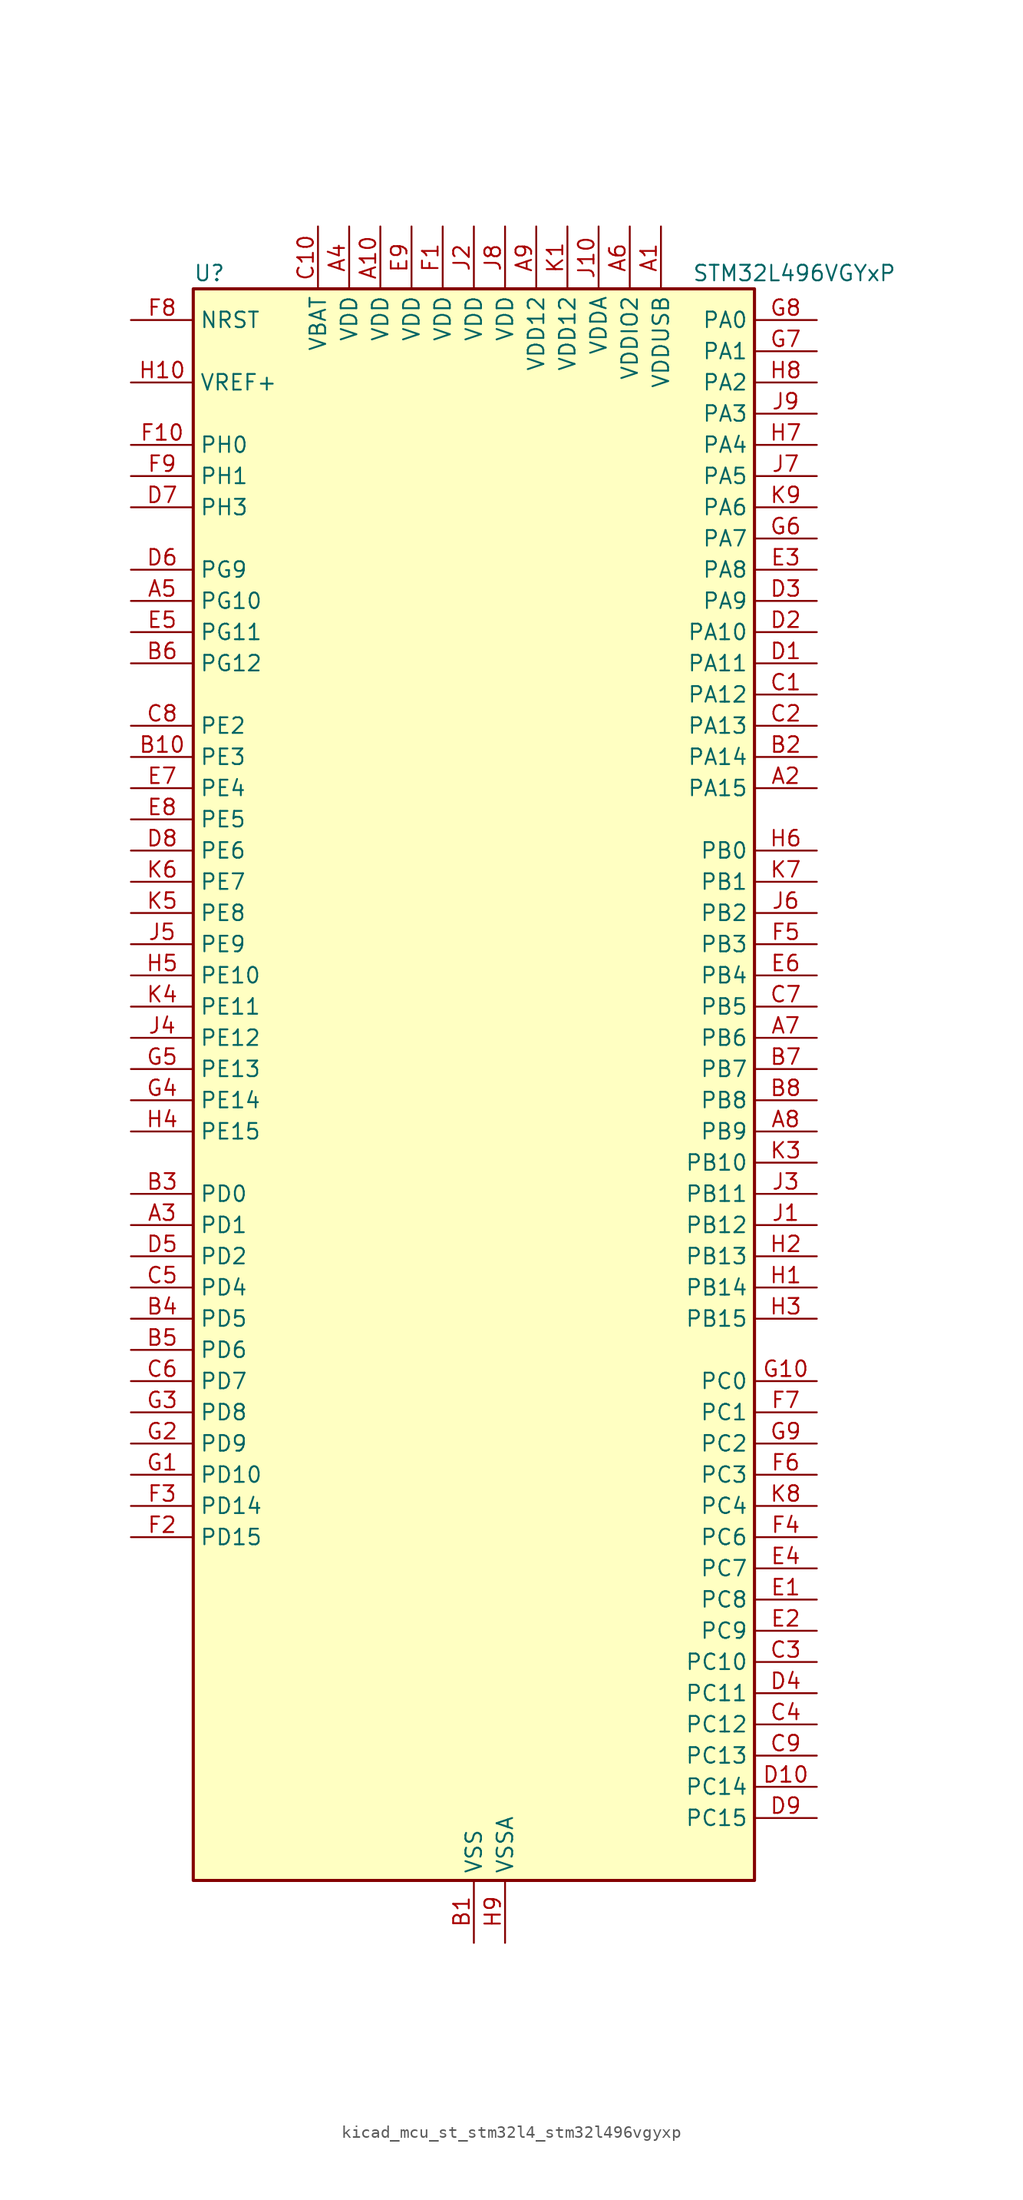
<source format=kicad_sym>
(kicad_symbol_lib
  (version 20220914)
  (generator kicad_symbol_editor)
  (symbol "kicad_mcu_st_stm32l4_stm32l496vgyxp"
    (property "Reference" "U"
      (at -22.86 67.31 0)
      (effects (font (size 1.27 1.27)) (justify left)))
    (property "Value" "STM32L496VGYxP"
      (at 17.78 67.31 0)
      (effects (font (size 1.27 1.27)) (justify left)))
    (property "ki_locked" ""
      (at 0 0 0)
      (effects (font (size 1.27 1.27))))
    (symbol "kicad_mcu_st_stm32l4_stm32l496vgyxp_0_1"
      (rectangle (start -22.86 -63.5) (end 22.86 66.04) (stroke (width 0.254) (type default)) (fill (type background))))
    (symbol "kicad_mcu_st_stm32l4_stm32l496vgyxp_1_1"
      (pin power_in line (at 15.24 71.12 270) (length 5.08) (name "VDDUSB" (effects (font (size 1.27 1.27)))) (number "A1" (effects (font (size 1.27 1.27)))))
      (pin power_in line (at -7.62 71.12 270) (length 5.08) (name "VDD" (effects (font (size 1.27 1.27)))) (number "A10" (effects (font (size 1.27 1.27)))))
      (pin bidirectional line (at 27.94 25.4 180) (length 5.08) (name "PA15" (effects (font (size 1.27 1.27)))) (number "A2" (effects (font (size 1.27 1.27)))) (alternate "ADC1_EXTI15" bidirectional line) (alternate "ADC2_EXTI15" bidirectional line) (alternate "ADC3_EXTI15" bidirectional line) (alternate "LCD_SEG17" bidirectional line) (alternate "SAI2_FS_B" bidirectional line) (alternate "SPI1_NSS" bidirectional line) (alternate "SPI3_NSS" bidirectional line) (alternate "SWPMI1_SUSPEND" bidirectional line) (alternate "SYS_JTDI" bidirectional line) (alternate "TIM2_CH1" bidirectional line) (alternate "TIM2_ETR" bidirectional line) (alternate "TSC_G3_IO1" bidirectional line) (alternate "UART4_DE" bidirectional line) (alternate "UART4_RTS" bidirectional line) (alternate "USART2_RX" bidirectional line) (alternate "USART3_DE" bidirectional line) (alternate "USART3_RTS" bidirectional line))
      (pin bidirectional line (at -27.94 -10.16 0) (length 5.08) (name "PD1" (effects (font (size 1.27 1.27)))) (number "A3" (effects (font (size 1.27 1.27)))) (alternate "CAN1_TX" bidirectional line) (alternate "DFSDM1_CKIN7" bidirectional line) (alternate "FMC_D3" bidirectional line) (alternate "FMC_DA3" bidirectional line) (alternate "SPI2_SCK" bidirectional line))
      (pin power_in line (at -10.16 71.12 270) (length 5.08) (name "VDD" (effects (font (size 1.27 1.27)))) (number "A4" (effects (font (size 1.27 1.27)))))
      (pin bidirectional line (at -27.94 40.64 0) (length 5.08) (name "PG10" (effects (font (size 1.27 1.27)))) (number "A5" (effects (font (size 1.27 1.27)))) (alternate "LPTIM1_IN1" bidirectional line) (alternate "SAI2_FS_A" bidirectional line) (alternate "SPI3_MISO" bidirectional line) (alternate "TIM15_CH1" bidirectional line) (alternate "USART1_RX" bidirectional line))
      (pin power_in line (at 12.7 71.12 270) (length 5.08) (name "VDDIO2" (effects (font (size 1.27 1.27)))) (number "A6" (effects (font (size 1.27 1.27)))))
      (pin bidirectional line (at 27.94 5.08 180) (length 5.08) (name "PB6" (effects (font (size 1.27 1.27)))) (number "A7" (effects (font (size 1.27 1.27)))) (alternate "CAN2_TX" bidirectional line) (alternate "COMP2_INP" bidirectional line) (alternate "DCMI_D5" bidirectional line) (alternate "DFSDM1_DATIN5" bidirectional line) (alternate "I2C1_SCL" bidirectional line) (alternate "I2C4_SCL" bidirectional line) (alternate "LPTIM1_ETR" bidirectional line) (alternate "SAI1_FS_B" bidirectional line) (alternate "TIM16_CH1N" bidirectional line) (alternate "TIM4_CH1" bidirectional line) (alternate "TIM8_BKIN2" bidirectional line) (alternate "TIM8_BKIN2_COMP2" bidirectional line) (alternate "TSC_G2_IO3" bidirectional line) (alternate "USART1_TX" bidirectional line))
      (pin bidirectional line (at 27.94 -2.54 180) (length 5.08) (name "PB9" (effects (font (size 1.27 1.27)))) (number "A8" (effects (font (size 1.27 1.27)))) (alternate "CAN1_TX" bidirectional line) (alternate "DAC1_EXTI9" bidirectional line) (alternate "DCMI_D7" bidirectional line) (alternate "DFSDM1_CKIN6" bidirectional line) (alternate "I2C1_SDA" bidirectional line) (alternate "IR_OUT" bidirectional line) (alternate "LCD_COM3" bidirectional line) (alternate "SAI1_FS_A" bidirectional line) (alternate "SDMMC1_D5" bidirectional line) (alternate "SPI2_NSS" bidirectional line) (alternate "TIM17_CH1" bidirectional line) (alternate "TIM4_CH4" bidirectional line))
      (pin power_in line (at 5.08 71.12 270) (length 5.08) (name "VDD12" (effects (font (size 1.27 1.27)))) (number "A9" (effects (font (size 1.27 1.27)))))
      (pin power_in line (at 0 -68.58 90) (length 5.08) (name "VSS" (effects (font (size 1.27 1.27)))) (number "B1" (effects (font (size 1.27 1.27)))))
      (pin bidirectional line (at -27.94 27.94 0) (length 5.08) (name "PE3" (effects (font (size 1.27 1.27)))) (number "B10" (effects (font (size 1.27 1.27)))) (alternate "FMC_A19" bidirectional line) (alternate "LCD_SEG39" bidirectional line) (alternate "SAI1_SD_B" bidirectional line) (alternate "SYS_TRACED0" bidirectional line) (alternate "TIM3_CH1" bidirectional line) (alternate "TSC_G7_IO2" bidirectional line))
      (pin bidirectional line (at 27.94 27.94 180) (length 5.08) (name "PA14" (effects (font (size 1.27 1.27)))) (number "B2" (effects (font (size 1.27 1.27)))) (alternate "I2C1_SMBA" bidirectional line) (alternate "I2C4_SMBA" bidirectional line) (alternate "LPTIM1_OUT" bidirectional line) (alternate "SAI1_FS_B" bidirectional line) (alternate "SWPMI1_RX" bidirectional line) (alternate "SYS_JTCK-SWCLK" bidirectional line) (alternate "USB_OTG_FS_SOF" bidirectional line))
      (pin bidirectional line (at -27.94 -7.62 0) (length 5.08) (name "PD0" (effects (font (size 1.27 1.27)))) (number "B3" (effects (font (size 1.27 1.27)))) (alternate "CAN1_RX" bidirectional line) (alternate "DFSDM1_DATIN7" bidirectional line) (alternate "FMC_D2" bidirectional line) (alternate "FMC_DA2" bidirectional line) (alternate "SPI2_NSS" bidirectional line))
      (pin bidirectional line (at -27.94 -17.78 0) (length 5.08) (name "PD5" (effects (font (size 1.27 1.27)))) (number "B4" (effects (font (size 1.27 1.27)))) (alternate "FMC_NWE" bidirectional line) (alternate "QUADSPI_BK2_IO1" bidirectional line) (alternate "USART2_TX" bidirectional line))
      (pin bidirectional line (at -27.94 -20.32 0) (length 5.08) (name "PD6" (effects (font (size 1.27 1.27)))) (number "B5" (effects (font (size 1.27 1.27)))) (alternate "DCMI_D10" bidirectional line) (alternate "DFSDM1_DATIN1" bidirectional line) (alternate "FMC_NWAIT" bidirectional line) (alternate "QUADSPI_BK2_IO1" bidirectional line) (alternate "QUADSPI_BK2_IO2" bidirectional line) (alternate "SAI1_SD_A" bidirectional line) (alternate "USART2_RX" bidirectional line))
      (pin bidirectional line (at -27.94 35.56 0) (length 5.08) (name "PG12" (effects (font (size 1.27 1.27)))) (number "B6" (effects (font (size 1.27 1.27)))) (alternate "LPTIM1_ETR" bidirectional line) (alternate "SAI2_SD_A" bidirectional line) (alternate "SPI3_NSS" bidirectional line) (alternate "USART1_DE" bidirectional line) (alternate "USART1_RTS" bidirectional line))
      (pin bidirectional line (at 27.94 2.54 180) (length 5.08) (name "PB7" (effects (font (size 1.27 1.27)))) (number "B7" (effects (font (size 1.27 1.27)))) (alternate "COMP2_INM" bidirectional line) (alternate "DCMI_VSYNC" bidirectional line) (alternate "DFSDM1_CKIN5" bidirectional line) (alternate "FMC_NL" bidirectional line) (alternate "I2C1_SDA" bidirectional line) (alternate "I2C4_SDA" bidirectional line) (alternate "LCD_SEG21" bidirectional line) (alternate "LPTIM1_IN2" bidirectional line) (alternate "SYS_PVD_IN" bidirectional line) (alternate "TIM17_CH1N" bidirectional line) (alternate "TIM4_CH2" bidirectional line) (alternate "TIM8_BKIN" bidirectional line) (alternate "TIM8_BKIN_COMP1" bidirectional line) (alternate "TSC_G2_IO4" bidirectional line) (alternate "UART4_CTS" bidirectional line) (alternate "USART1_RX" bidirectional line))
      (pin bidirectional line (at 27.94 0 180) (length 5.08) (name "PB8" (effects (font (size 1.27 1.27)))) (number "B8" (effects (font (size 1.27 1.27)))) (alternate "CAN1_RX" bidirectional line) (alternate "DCMI_D6" bidirectional line) (alternate "DFSDM1_DATIN6" bidirectional line) (alternate "I2C1_SCL" bidirectional line) (alternate "LCD_SEG16" bidirectional line) (alternate "SAI1_MCLK_A" bidirectional line) (alternate "SDMMC1_D4" bidirectional line) (alternate "TIM16_CH1" bidirectional line) (alternate "TIM4_CH3" bidirectional line))
      (pin passive line (at 0 -68.58 90) (length 5.08) hide (name "VSS" (effects (font (size 1.27 1.27)))) (number "B9" (effects (font (size 1.27 1.27)))))
      (pin bidirectional line (at 27.94 33.02 180) (length 5.08) (name "PA12" (effects (font (size 1.27 1.27)))) (number "C1" (effects (font (size 1.27 1.27)))) (alternate "CAN1_TX" bidirectional line) (alternate "SPI1_MOSI" bidirectional line) (alternate "TIM1_ETR" bidirectional line) (alternate "USART1_DE" bidirectional line) (alternate "USART1_RTS" bidirectional line) (alternate "USB_OTG_FS_DP" bidirectional line))
      (pin power_in line (at -12.7 71.12 270) (length 5.08) (name "VBAT" (effects (font (size 1.27 1.27)))) (number "C10" (effects (font (size 1.27 1.27)))))
      (pin bidirectional line (at 27.94 30.48 180) (length 5.08) (name "PA13" (effects (font (size 1.27 1.27)))) (number "C2" (effects (font (size 1.27 1.27)))) (alternate "IR_OUT" bidirectional line) (alternate "SAI1_SD_B" bidirectional line) (alternate "SWPMI1_TX" bidirectional line) (alternate "SYS_JTMS-SWDIO" bidirectional line) (alternate "USB_OTG_FS_NOE" bidirectional line))
      (pin bidirectional line (at 27.94 -45.72 180) (length 5.08) (name "PC10" (effects (font (size 1.27 1.27)))) (number "C3" (effects (font (size 1.27 1.27)))) (alternate "DCMI_D8" bidirectional line) (alternate "LCD_COM4" bidirectional line) (alternate "LCD_SEG28" bidirectional line) (alternate "LCD_SEG40" bidirectional line) (alternate "SAI2_SCK_B" bidirectional line) (alternate "SDMMC1_D2" bidirectional line) (alternate "SPI3_SCK" bidirectional line) (alternate "SYS_TRACED1" bidirectional line) (alternate "TSC_G3_IO2" bidirectional line) (alternate "UART4_TX" bidirectional line) (alternate "USART3_TX" bidirectional line))
      (pin bidirectional line (at 27.94 -50.8 180) (length 5.08) (name "PC12" (effects (font (size 1.27 1.27)))) (number "C4" (effects (font (size 1.27 1.27)))) (alternate "DCMI_D9" bidirectional line) (alternate "LCD_COM6" bidirectional line) (alternate "LCD_SEG30" bidirectional line) (alternate "LCD_SEG42" bidirectional line) (alternate "SAI2_SD_B" bidirectional line) (alternate "SDMMC1_CK" bidirectional line) (alternate "SPI3_MOSI" bidirectional line) (alternate "SYS_TRACED3" bidirectional line) (alternate "TSC_G3_IO4" bidirectional line) (alternate "UART5_TX" bidirectional line) (alternate "USART3_CK" bidirectional line))
      (pin bidirectional line (at -27.94 -15.24 0) (length 5.08) (name "PD4" (effects (font (size 1.27 1.27)))) (number "C5" (effects (font (size 1.27 1.27)))) (alternate "DFSDM1_CKIN0" bidirectional line) (alternate "FMC_NOE" bidirectional line) (alternate "QUADSPI_BK2_IO0" bidirectional line) (alternate "SPI2_MOSI" bidirectional line) (alternate "USART2_DE" bidirectional line) (alternate "USART2_RTS" bidirectional line))
      (pin bidirectional line (at -27.94 -22.86 0) (length 5.08) (name "PD7" (effects (font (size 1.27 1.27)))) (number "C6" (effects (font (size 1.27 1.27)))) (alternate "DFSDM1_CKIN1" bidirectional line) (alternate "FMC_NE1" bidirectional line) (alternate "QUADSPI_BK2_IO3" bidirectional line) (alternate "USART2_CK" bidirectional line))
      (pin bidirectional line (at 27.94 7.62 180) (length 5.08) (name "PB5" (effects (font (size 1.27 1.27)))) (number "C7" (effects (font (size 1.27 1.27)))) (alternate "CAN2_RX" bidirectional line) (alternate "COMP2_OUT" bidirectional line) (alternate "DCMI_D10" bidirectional line) (alternate "I2C1_SMBA" bidirectional line) (alternate "LCD_SEG9" bidirectional line) (alternate "LPTIM1_IN1" bidirectional line) (alternate "SAI1_SD_B" bidirectional line) (alternate "SPI1_MOSI" bidirectional line) (alternate "SPI3_MOSI" bidirectional line) (alternate "TIM16_BKIN" bidirectional line) (alternate "TIM3_CH2" bidirectional line) (alternate "TSC_G2_IO2" bidirectional line) (alternate "UART5_CTS" bidirectional line) (alternate "USART1_CK" bidirectional line))
      (pin bidirectional line (at -27.94 30.48 0) (length 5.08) (name "PE2" (effects (font (size 1.27 1.27)))) (number "C8" (effects (font (size 1.27 1.27)))) (alternate "FMC_A23" bidirectional line) (alternate "LCD_SEG38" bidirectional line) (alternate "SAI1_MCLK_A" bidirectional line) (alternate "SYS_TRACECLK" bidirectional line) (alternate "TIM3_ETR" bidirectional line) (alternate "TSC_G7_IO1" bidirectional line))
      (pin bidirectional line (at 27.94 -53.34 180) (length 5.08) (name "PC13" (effects (font (size 1.27 1.27)))) (number "C9" (effects (font (size 1.27 1.27)))) (alternate "RTC_OUT_ALARM" bidirectional line) (alternate "RTC_OUT_CALIB" bidirectional line) (alternate "RTC_TAMP1" bidirectional line) (alternate "RTC_TS" bidirectional line) (alternate "SYS_WKUP2" bidirectional line))
      (pin bidirectional line (at 27.94 35.56 180) (length 5.08) (name "PA11" (effects (font (size 1.27 1.27)))) (number "D1" (effects (font (size 1.27 1.27)))) (alternate "ADC1_EXTI11" bidirectional line) (alternate "ADC2_EXTI11" bidirectional line) (alternate "ADC3_EXTI11" bidirectional line) (alternate "CAN1_RX" bidirectional line) (alternate "SPI1_MISO" bidirectional line) (alternate "TIM1_BKIN2" bidirectional line) (alternate "TIM1_BKIN2_COMP1" bidirectional line) (alternate "TIM1_CH4" bidirectional line) (alternate "USART1_CTS" bidirectional line) (alternate "USB_OTG_FS_DM" bidirectional line))
      (pin bidirectional line (at 27.94 -55.88 180) (length 5.08) (name "PC14" (effects (font (size 1.27 1.27)))) (number "D10" (effects (font (size 1.27 1.27)))) (alternate "RCC_OSC32_IN" bidirectional line))
      (pin bidirectional line (at 27.94 38.1 180) (length 5.08) (name "PA10" (effects (font (size 1.27 1.27)))) (number "D2" (effects (font (size 1.27 1.27)))) (alternate "DCMI_D1" bidirectional line) (alternate "LCD_COM2" bidirectional line) (alternate "SAI1_SD_A" bidirectional line) (alternate "TIM17_BKIN" bidirectional line) (alternate "TIM1_CH3" bidirectional line) (alternate "USART1_RX" bidirectional line) (alternate "USB_OTG_FS_ID" bidirectional line))
      (pin bidirectional line (at 27.94 40.64 180) (length 5.08) (name "PA9" (effects (font (size 1.27 1.27)))) (number "D3" (effects (font (size 1.27 1.27)))) (alternate "DAC1_EXTI9" bidirectional line) (alternate "DCMI_D0" bidirectional line) (alternate "LCD_COM1" bidirectional line) (alternate "SAI1_FS_A" bidirectional line) (alternate "SPI2_SCK" bidirectional line) (alternate "TIM15_BKIN" bidirectional line) (alternate "TIM1_CH2" bidirectional line) (alternate "USART1_TX" bidirectional line) (alternate "USB_OTG_FS_VBUS" bidirectional line))
      (pin bidirectional line (at 27.94 -48.26 180) (length 5.08) (name "PC11" (effects (font (size 1.27 1.27)))) (number "D4" (effects (font (size 1.27 1.27)))) (alternate "ADC1_EXTI11" bidirectional line) (alternate "ADC2_EXTI11" bidirectional line) (alternate "ADC3_EXTI11" bidirectional line) (alternate "DCMI_D4" bidirectional line) (alternate "LCD_COM5" bidirectional line) (alternate "LCD_SEG29" bidirectional line) (alternate "LCD_SEG41" bidirectional line) (alternate "QUADSPI_BK2_NCS" bidirectional line) (alternate "SAI2_MCLK_B" bidirectional line) (alternate "SDMMC1_D3" bidirectional line) (alternate "SPI3_MISO" bidirectional line) (alternate "TSC_G3_IO3" bidirectional line) (alternate "UART4_RX" bidirectional line) (alternate "USART3_RX" bidirectional line))
      (pin bidirectional line (at -27.94 -12.7 0) (length 5.08) (name "PD2" (effects (font (size 1.27 1.27)))) (number "D5" (effects (font (size 1.27 1.27)))) (alternate "DCMI_D11" bidirectional line) (alternate "LCD_COM7" bidirectional line) (alternate "LCD_SEG31" bidirectional line) (alternate "LCD_SEG43" bidirectional line) (alternate "SDMMC1_CMD" bidirectional line) (alternate "SYS_TRACED2" bidirectional line) (alternate "TIM3_ETR" bidirectional line) (alternate "TSC_SYNC" bidirectional line) (alternate "UART5_RX" bidirectional line) (alternate "USART3_DE" bidirectional line) (alternate "USART3_RTS" bidirectional line))
      (pin bidirectional line (at -27.94 43.18 0) (length 5.08) (name "PG9" (effects (font (size 1.27 1.27)))) (number "D6" (effects (font (size 1.27 1.27)))) (alternate "DAC1_EXTI9" bidirectional line) (alternate "FMC_NCE" bidirectional line) (alternate "SAI2_SCK_A" bidirectional line) (alternate "SPI3_SCK" bidirectional line) (alternate "TIM15_CH1N" bidirectional line) (alternate "USART1_TX" bidirectional line))
      (pin bidirectional line (at -27.94 48.26 0) (length 5.08) (name "PH3" (effects (font (size 1.27 1.27)))) (number "D7" (effects (font (size 1.27 1.27)))))
      (pin bidirectional line (at -27.94 20.32 0) (length 5.08) (name "PE6" (effects (font (size 1.27 1.27)))) (number "D8" (effects (font (size 1.27 1.27)))) (alternate "DCMI_D7" bidirectional line) (alternate "FMC_A22" bidirectional line) (alternate "RTC_TAMP3" bidirectional line) (alternate "SAI1_SD_A" bidirectional line) (alternate "SYS_TRACED3" bidirectional line) (alternate "SYS_WKUP3" bidirectional line) (alternate "TIM3_CH4" bidirectional line))
      (pin bidirectional line (at 27.94 -58.42 180) (length 5.08) (name "PC15" (effects (font (size 1.27 1.27)))) (number "D9" (effects (font (size 1.27 1.27)))) (alternate "ADC1_EXTI15" bidirectional line) (alternate "ADC2_EXTI15" bidirectional line) (alternate "ADC3_EXTI15" bidirectional line) (alternate "RCC_OSC32_OUT" bidirectional line))
      (pin bidirectional line (at 27.94 -40.64 180) (length 5.08) (name "PC8" (effects (font (size 1.27 1.27)))) (number "E1" (effects (font (size 1.27 1.27)))) (alternate "DCMI_D2" bidirectional line) (alternate "LCD_SEG26" bidirectional line) (alternate "SDMMC1_D0" bidirectional line) (alternate "TIM3_CH3" bidirectional line) (alternate "TIM8_CH3" bidirectional line) (alternate "TSC_G4_IO3" bidirectional line))
      (pin passive line (at 0 -68.58 90) (length 5.08) hide (name "VSS" (effects (font (size 1.27 1.27)))) (number "E10" (effects (font (size 1.27 1.27)))))
      (pin bidirectional line (at 27.94 -43.18 180) (length 5.08) (name "PC9" (effects (font (size 1.27 1.27)))) (number "E2" (effects (font (size 1.27 1.27)))) (alternate "DAC1_EXTI9" bidirectional line) (alternate "DCMI_D3" bidirectional line) (alternate "I2C3_SDA" bidirectional line) (alternate "LCD_SEG27" bidirectional line) (alternate "SAI2_EXTCLK" bidirectional line) (alternate "SDMMC1_D1" bidirectional line) (alternate "TIM3_CH4" bidirectional line) (alternate "TIM8_BKIN2" bidirectional line) (alternate "TIM8_BKIN2_COMP1" bidirectional line) (alternate "TIM8_CH4" bidirectional line) (alternate "TSC_G4_IO4" bidirectional line) (alternate "USB_OTG_FS_NOE" bidirectional line))
      (pin bidirectional line (at 27.94 43.18 180) (length 5.08) (name "PA8" (effects (font (size 1.27 1.27)))) (number "E3" (effects (font (size 1.27 1.27)))) (alternate "LCD_COM0" bidirectional line) (alternate "LPTIM2_OUT" bidirectional line) (alternate "RCC_MCO" bidirectional line) (alternate "SAI1_SCK_A" bidirectional line) (alternate "SWPMI1_IO" bidirectional line) (alternate "TIM1_CH1" bidirectional line) (alternate "USART1_CK" bidirectional line) (alternate "USB_OTG_FS_SOF" bidirectional line))
      (pin bidirectional line (at 27.94 -38.1 180) (length 5.08) (name "PC7" (effects (font (size 1.27 1.27)))) (number "E4" (effects (font (size 1.27 1.27)))) (alternate "DCMI_D1" bidirectional line) (alternate "DFSDM1_DATIN3" bidirectional line) (alternate "LCD_SEG25" bidirectional line) (alternate "SAI2_MCLK_B" bidirectional line) (alternate "SDMMC1_D7" bidirectional line) (alternate "TIM3_CH2" bidirectional line) (alternate "TIM8_CH2" bidirectional line) (alternate "TSC_G4_IO2" bidirectional line))
      (pin bidirectional line (at -27.94 38.1 0) (length 5.08) (name "PG11" (effects (font (size 1.27 1.27)))) (number "E5" (effects (font (size 1.27 1.27)))) (alternate "ADC1_EXTI11" bidirectional line) (alternate "ADC2_EXTI11" bidirectional line) (alternate "ADC3_EXTI11" bidirectional line) (alternate "LPTIM1_IN2" bidirectional line) (alternate "SAI2_MCLK_A" bidirectional line) (alternate "SPI3_MOSI" bidirectional line) (alternate "TIM15_CH2" bidirectional line) (alternate "USART1_CTS" bidirectional line))
      (pin bidirectional line (at 27.94 10.16 180) (length 5.08) (name "PB4" (effects (font (size 1.27 1.27)))) (number "E6" (effects (font (size 1.27 1.27)))) (alternate "COMP2_INP" bidirectional line) (alternate "DCMI_D12" bidirectional line) (alternate "I2C3_SDA" bidirectional line) (alternate "LCD_SEG8" bidirectional line) (alternate "SAI1_MCLK_B" bidirectional line) (alternate "SPI1_MISO" bidirectional line) (alternate "SPI3_MISO" bidirectional line) (alternate "SYS_JTRST" bidirectional line) (alternate "TIM17_BKIN" bidirectional line) (alternate "TIM3_CH1" bidirectional line) (alternate "TSC_G2_IO1" bidirectional line) (alternate "UART5_DE" bidirectional line) (alternate "UART5_RTS" bidirectional line) (alternate "USART1_CTS" bidirectional line))
      (pin bidirectional line (at -27.94 25.4 0) (length 5.08) (name "PE4" (effects (font (size 1.27 1.27)))) (number "E7" (effects (font (size 1.27 1.27)))) (alternate "DCMI_D4" bidirectional line) (alternate "DFSDM1_DATIN3" bidirectional line) (alternate "FMC_A20" bidirectional line) (alternate "SAI1_FS_A" bidirectional line) (alternate "SYS_TRACED1" bidirectional line) (alternate "TIM3_CH2" bidirectional line) (alternate "TSC_G7_IO3" bidirectional line))
      (pin bidirectional line (at -27.94 22.86 0) (length 5.08) (name "PE5" (effects (font (size 1.27 1.27)))) (number "E8" (effects (font (size 1.27 1.27)))) (alternate "DCMI_D6" bidirectional line) (alternate "DFSDM1_CKIN3" bidirectional line) (alternate "FMC_A21" bidirectional line) (alternate "SAI1_SCK_A" bidirectional line) (alternate "SYS_TRACED2" bidirectional line) (alternate "TIM3_CH3" bidirectional line) (alternate "TSC_G7_IO4" bidirectional line))
      (pin power_in line (at -5.08 71.12 270) (length 5.08) (name "VDD" (effects (font (size 1.27 1.27)))) (number "E9" (effects (font (size 1.27 1.27)))))
      (pin power_in line (at -2.54 71.12 270) (length 5.08) (name "VDD" (effects (font (size 1.27 1.27)))) (number "F1" (effects (font (size 1.27 1.27)))))
      (pin bidirectional line (at -27.94 53.34 0) (length 5.08) (name "PH0" (effects (font (size 1.27 1.27)))) (number "F10" (effects (font (size 1.27 1.27)))) (alternate "RCC_OSC_IN" bidirectional line))
      (pin bidirectional line (at -27.94 -35.56 0) (length 5.08) (name "PD15" (effects (font (size 1.27 1.27)))) (number "F2" (effects (font (size 1.27 1.27)))) (alternate "ADC1_EXTI15" bidirectional line) (alternate "ADC2_EXTI15" bidirectional line) (alternate "ADC3_EXTI15" bidirectional line) (alternate "FMC_D1" bidirectional line) (alternate "FMC_DA1" bidirectional line) (alternate "LCD_SEG35" bidirectional line) (alternate "TIM4_CH4" bidirectional line))
      (pin bidirectional line (at -27.94 -33.02 0) (length 5.08) (name "PD14" (effects (font (size 1.27 1.27)))) (number "F3" (effects (font (size 1.27 1.27)))) (alternate "FMC_D0" bidirectional line) (alternate "FMC_DA0" bidirectional line) (alternate "LCD_SEG34" bidirectional line) (alternate "TIM4_CH3" bidirectional line))
      (pin bidirectional line (at 27.94 -35.56 180) (length 5.08) (name "PC6" (effects (font (size 1.27 1.27)))) (number "F4" (effects (font (size 1.27 1.27)))) (alternate "DCMI_D0" bidirectional line) (alternate "DFSDM1_CKIN3" bidirectional line) (alternate "LCD_SEG24" bidirectional line) (alternate "SAI2_MCLK_A" bidirectional line) (alternate "SDMMC1_D6" bidirectional line) (alternate "TIM3_CH1" bidirectional line) (alternate "TIM8_CH1" bidirectional line) (alternate "TSC_G4_IO1" bidirectional line))
      (pin bidirectional line (at 27.94 12.7 180) (length 5.08) (name "PB3" (effects (font (size 1.27 1.27)))) (number "F5" (effects (font (size 1.27 1.27)))) (alternate "COMP2_INM" bidirectional line) (alternate "CRS_SYNC" bidirectional line) (alternate "LCD_SEG7" bidirectional line) (alternate "SAI1_SCK_B" bidirectional line) (alternate "SPI1_SCK" bidirectional line) (alternate "SPI3_SCK" bidirectional line) (alternate "SYS_JTDO-SWO" bidirectional line) (alternate "TIM2_CH2" bidirectional line) (alternate "USART1_DE" bidirectional line) (alternate "USART1_RTS" bidirectional line))
      (pin bidirectional line (at 27.94 -30.48 180) (length 5.08) (name "PC3" (effects (font (size 1.27 1.27)))) (number "F6" (effects (font (size 1.27 1.27)))) (alternate "ADC1_IN4" bidirectional line) (alternate "ADC2_IN4" bidirectional line) (alternate "ADC3_IN4" bidirectional line) (alternate "LCD_VLCD" bidirectional line) (alternate "LPTIM1_ETR" bidirectional line) (alternate "LPTIM2_ETR" bidirectional line) (alternate "QUADSPI_BK2_IO2" bidirectional line) (alternate "SAI1_SD_A" bidirectional line) (alternate "SPI2_MOSI" bidirectional line))
      (pin bidirectional line (at 27.94 -25.4 180) (length 5.08) (name "PC1" (effects (font (size 1.27 1.27)))) (number "F7" (effects (font (size 1.27 1.27)))) (alternate "ADC1_IN2" bidirectional line) (alternate "ADC2_IN2" bidirectional line) (alternate "ADC3_IN2" bidirectional line) (alternate "DFSDM1_CKIN4" bidirectional line) (alternate "I2C3_SDA" bidirectional line) (alternate "I2C4_SDA" bidirectional line) (alternate "LCD_SEG19" bidirectional line) (alternate "LPTIM1_OUT" bidirectional line) (alternate "LPUART1_TX" bidirectional line) (alternate "QUADSPI_BK2_IO0" bidirectional line) (alternate "SAI1_SD_A" bidirectional line) (alternate "SPI2_MOSI" bidirectional line) (alternate "SYS_TRACED0" bidirectional line))
      (pin input line (at -27.94 63.5 0) (length 5.08) (name "NRST" (effects (font (size 1.27 1.27)))) (number "F8" (effects (font (size 1.27 1.27)))))
      (pin bidirectional line (at -27.94 50.8 0) (length 5.08) (name "PH1" (effects (font (size 1.27 1.27)))) (number "F9" (effects (font (size 1.27 1.27)))) (alternate "RCC_OSC_OUT" bidirectional line))
      (pin bidirectional line (at -27.94 -30.48 0) (length 5.08) (name "PD10" (effects (font (size 1.27 1.27)))) (number "G1" (effects (font (size 1.27 1.27)))) (alternate "FMC_D15" bidirectional line) (alternate "FMC_DA15" bidirectional line) (alternate "LCD_SEG30" bidirectional line) (alternate "SAI2_SCK_A" bidirectional line) (alternate "USART3_CK" bidirectional line))
      (pin bidirectional line (at 27.94 -22.86 180) (length 5.08) (name "PC0" (effects (font (size 1.27 1.27)))) (number "G10" (effects (font (size 1.27 1.27)))) (alternate "ADC1_IN1" bidirectional line) (alternate "ADC2_IN1" bidirectional line) (alternate "ADC3_IN1" bidirectional line) (alternate "DFSDM1_DATIN4" bidirectional line) (alternate "I2C3_SCL" bidirectional line) (alternate "I2C4_SCL" bidirectional line) (alternate "LCD_SEG18" bidirectional line) (alternate "LPTIM1_IN1" bidirectional line) (alternate "LPTIM2_IN1" bidirectional line) (alternate "LPUART1_RX" bidirectional line))
      (pin bidirectional line (at -27.94 -27.94 0) (length 5.08) (name "PD9" (effects (font (size 1.27 1.27)))) (number "G2" (effects (font (size 1.27 1.27)))) (alternate "DAC1_EXTI9" bidirectional line) (alternate "DCMI_PIXCLK" bidirectional line) (alternate "FMC_D14" bidirectional line) (alternate "FMC_DA14" bidirectional line) (alternate "LCD_SEG29" bidirectional line) (alternate "SAI2_MCLK_A" bidirectional line) (alternate "USART3_RX" bidirectional line))
      (pin bidirectional line (at -27.94 -25.4 0) (length 5.08) (name "PD8" (effects (font (size 1.27 1.27)))) (number "G3" (effects (font (size 1.27 1.27)))) (alternate "DCMI_HSYNC" bidirectional line) (alternate "FMC_D13" bidirectional line) (alternate "FMC_DA13" bidirectional line) (alternate "LCD_SEG28" bidirectional line) (alternate "USART3_TX" bidirectional line))
      (pin bidirectional line (at -27.94 0 0) (length 5.08) (name "PE14" (effects (font (size 1.27 1.27)))) (number "G4" (effects (font (size 1.27 1.27)))) (alternate "FMC_D11" bidirectional line) (alternate "FMC_DA11" bidirectional line) (alternate "QUADSPI_BK1_IO2" bidirectional line) (alternate "SPI1_MISO" bidirectional line) (alternate "TIM1_BKIN2" bidirectional line) (alternate "TIM1_BKIN2_COMP2" bidirectional line) (alternate "TIM1_CH4" bidirectional line))
      (pin bidirectional line (at -27.94 2.54 0) (length 5.08) (name "PE13" (effects (font (size 1.27 1.27)))) (number "G5" (effects (font (size 1.27 1.27)))) (alternate "DFSDM1_CKIN5" bidirectional line) (alternate "FMC_D10" bidirectional line) (alternate "FMC_DA10" bidirectional line) (alternate "QUADSPI_BK1_IO1" bidirectional line) (alternate "SPI1_SCK" bidirectional line) (alternate "TIM1_CH3" bidirectional line) (alternate "TSC_G5_IO4" bidirectional line))
      (pin bidirectional line (at 27.94 45.72 180) (length 5.08) (name "PA7" (effects (font (size 1.27 1.27)))) (number "G6" (effects (font (size 1.27 1.27)))) (alternate "ADC1_IN12" bidirectional line) (alternate "ADC2_IN12" bidirectional line) (alternate "I2C3_SCL" bidirectional line) (alternate "LCD_SEG4" bidirectional line) (alternate "OPAMP2_VINM" bidirectional line) (alternate "QUADSPI_BK1_IO2" bidirectional line) (alternate "SPI1_MOSI" bidirectional line) (alternate "TIM17_CH1" bidirectional line) (alternate "TIM1_CH1N" bidirectional line) (alternate "TIM3_CH2" bidirectional line) (alternate "TIM8_CH1N" bidirectional line))
      (pin bidirectional line (at 27.94 60.96 180) (length 5.08) (name "PA1" (effects (font (size 1.27 1.27)))) (number "G7" (effects (font (size 1.27 1.27)))) (alternate "ADC1_IN6" bidirectional line) (alternate "ADC2_IN6" bidirectional line) (alternate "I2C1_SMBA" bidirectional line) (alternate "LCD_SEG0" bidirectional line) (alternate "OPAMP1_VINM" bidirectional line) (alternate "SPI1_SCK" bidirectional line) (alternate "TIM15_CH1N" bidirectional line) (alternate "TIM2_CH2" bidirectional line) (alternate "TIM5_CH2" bidirectional line) (alternate "UART4_RX" bidirectional line) (alternate "USART2_DE" bidirectional line) (alternate "USART2_RTS" bidirectional line))
      (pin bidirectional line (at 27.94 63.5 180) (length 5.08) (name "PA0" (effects (font (size 1.27 1.27)))) (number "G8" (effects (font (size 1.27 1.27)))) (alternate "ADC1_IN5" bidirectional line) (alternate "ADC2_IN5" bidirectional line) (alternate "OPAMP1_VINP" bidirectional line) (alternate "RTC_TAMP2" bidirectional line) (alternate "SAI1_EXTCLK" bidirectional line) (alternate "SYS_WKUP1" bidirectional line) (alternate "TIM2_CH1" bidirectional line) (alternate "TIM2_ETR" bidirectional line) (alternate "TIM5_CH1" bidirectional line) (alternate "TIM8_ETR" bidirectional line) (alternate "UART4_TX" bidirectional line) (alternate "USART2_CTS" bidirectional line))
      (pin bidirectional line (at 27.94 -27.94 180) (length 5.08) (name "PC2" (effects (font (size 1.27 1.27)))) (number "G9" (effects (font (size 1.27 1.27)))) (alternate "ADC1_IN3" bidirectional line) (alternate "ADC2_IN3" bidirectional line) (alternate "ADC3_IN3" bidirectional line) (alternate "DFSDM1_CKOUT" bidirectional line) (alternate "LCD_SEG20" bidirectional line) (alternate "LPTIM1_IN2" bidirectional line) (alternate "QUADSPI_BK2_IO1" bidirectional line) (alternate "SPI2_MISO" bidirectional line))
      (pin bidirectional line (at 27.94 -15.24 180) (length 5.08) (name "PB14" (effects (font (size 1.27 1.27)))) (number "H1" (effects (font (size 1.27 1.27)))) (alternate "DFSDM1_DATIN2" bidirectional line) (alternate "I2C2_SDA" bidirectional line) (alternate "LCD_SEG14" bidirectional line) (alternate "SAI2_MCLK_A" bidirectional line) (alternate "SPI2_MISO" bidirectional line) (alternate "SWPMI1_RX" bidirectional line) (alternate "TIM15_CH1" bidirectional line) (alternate "TIM1_CH2N" bidirectional line) (alternate "TIM8_CH2N" bidirectional line) (alternate "TSC_G1_IO3" bidirectional line) (alternate "USART3_DE" bidirectional line) (alternate "USART3_RTS" bidirectional line))
      (pin input line (at -27.94 58.42 0) (length 5.08) (name "VREF+" (effects (font (size 1.27 1.27)))) (number "H10" (effects (font (size 1.27 1.27)))) (alternate "VREFBUF_OUT" bidirectional line))
      (pin bidirectional line (at 27.94 -12.7 180) (length 5.08) (name "PB13" (effects (font (size 1.27 1.27)))) (number "H2" (effects (font (size 1.27 1.27)))) (alternate "CAN2_TX" bidirectional line) (alternate "DFSDM1_CKIN1" bidirectional line) (alternate "I2C2_SCL" bidirectional line) (alternate "LCD_SEG13" bidirectional line) (alternate "LPUART1_CTS" bidirectional line) (alternate "SAI2_SCK_A" bidirectional line) (alternate "SPI2_SCK" bidirectional line) (alternate "SWPMI1_TX" bidirectional line) (alternate "TIM15_CH1N" bidirectional line) (alternate "TIM1_CH1N" bidirectional line) (alternate "TSC_G1_IO2" bidirectional line) (alternate "USART3_CTS" bidirectional line))
      (pin bidirectional line (at 27.94 -17.78 180) (length 5.08) (name "PB15" (effects (font (size 1.27 1.27)))) (number "H3" (effects (font (size 1.27 1.27)))) (alternate "ADC1_EXTI15" bidirectional line) (alternate "ADC2_EXTI15" bidirectional line) (alternate "ADC3_EXTI15" bidirectional line) (alternate "DFSDM1_CKIN2" bidirectional line) (alternate "LCD_SEG15" bidirectional line) (alternate "RTC_REFIN" bidirectional line) (alternate "SAI2_SD_A" bidirectional line) (alternate "SPI2_MOSI" bidirectional line) (alternate "SWPMI1_SUSPEND" bidirectional line) (alternate "TIM15_CH2" bidirectional line) (alternate "TIM1_CH3N" bidirectional line) (alternate "TIM8_CH3N" bidirectional line) (alternate "TSC_G1_IO4" bidirectional line))
      (pin bidirectional line (at -27.94 -2.54 0) (length 5.08) (name "PE15" (effects (font (size 1.27 1.27)))) (number "H4" (effects (font (size 1.27 1.27)))) (alternate "ADC1_EXTI15" bidirectional line) (alternate "ADC2_EXTI15" bidirectional line) (alternate "ADC3_EXTI15" bidirectional line) (alternate "FMC_D12" bidirectional line) (alternate "FMC_DA12" bidirectional line) (alternate "QUADSPI_BK1_IO3" bidirectional line) (alternate "SPI1_MOSI" bidirectional line) (alternate "TIM1_BKIN" bidirectional line) (alternate "TIM1_BKIN_COMP1" bidirectional line))
      (pin bidirectional line (at -27.94 10.16 0) (length 5.08) (name "PE10" (effects (font (size 1.27 1.27)))) (number "H5" (effects (font (size 1.27 1.27)))) (alternate "DFSDM1_DATIN4" bidirectional line) (alternate "FMC_D7" bidirectional line) (alternate "FMC_DA7" bidirectional line) (alternate "QUADSPI_CLK" bidirectional line) (alternate "SAI1_MCLK_B" bidirectional line) (alternate "TIM1_CH2N" bidirectional line) (alternate "TSC_G5_IO1" bidirectional line))
      (pin bidirectional line (at 27.94 20.32 180) (length 5.08) (name "PB0" (effects (font (size 1.27 1.27)))) (number "H6" (effects (font (size 1.27 1.27)))) (alternate "ADC1_IN15" bidirectional line) (alternate "ADC2_IN15" bidirectional line) (alternate "COMP1_OUT" bidirectional line) (alternate "LCD_SEG5" bidirectional line) (alternate "OPAMP2_VOUT" bidirectional line) (alternate "QUADSPI_BK1_IO1" bidirectional line) (alternate "SAI1_EXTCLK" bidirectional line) (alternate "SPI1_NSS" bidirectional line) (alternate "TIM1_CH2N" bidirectional line) (alternate "TIM3_CH3" bidirectional line) (alternate "TIM8_CH2N" bidirectional line) (alternate "USART3_CK" bidirectional line))
      (pin bidirectional line (at 27.94 53.34 180) (length 5.08) (name "PA4" (effects (font (size 1.27 1.27)))) (number "H7" (effects (font (size 1.27 1.27)))) (alternate "ADC1_IN9" bidirectional line) (alternate "ADC2_IN9" bidirectional line) (alternate "DAC1_OUT1" bidirectional line) (alternate "DCMI_HSYNC" bidirectional line) (alternate "LPTIM2_OUT" bidirectional line) (alternate "SAI1_FS_B" bidirectional line) (alternate "SPI1_NSS" bidirectional line) (alternate "SPI3_NSS" bidirectional line) (alternate "USART2_CK" bidirectional line))
      (pin bidirectional line (at 27.94 58.42 180) (length 5.08) (name "PA2" (effects (font (size 1.27 1.27)))) (number "H8" (effects (font (size 1.27 1.27)))) (alternate "ADC1_IN7" bidirectional line) (alternate "ADC2_IN7" bidirectional line) (alternate "LCD_SEG1" bidirectional line) (alternate "LPUART1_TX" bidirectional line) (alternate "QUADSPI_BK1_NCS" bidirectional line) (alternate "RCC_LSCO" bidirectional line) (alternate "SAI2_EXTCLK" bidirectional line) (alternate "SYS_WKUP4" bidirectional line) (alternate "TIM15_CH1" bidirectional line) (alternate "TIM2_CH3" bidirectional line) (alternate "TIM5_CH3" bidirectional line) (alternate "USART2_TX" bidirectional line))
      (pin power_in line (at 2.54 -68.58 90) (length 5.08) (name "VSSA" (effects (font (size 1.27 1.27)))) (number "H9" (effects (font (size 1.27 1.27)))))
      (pin bidirectional line (at 27.94 -10.16 180) (length 5.08) (name "PB12" (effects (font (size 1.27 1.27)))) (number "J1" (effects (font (size 1.27 1.27)))) (alternate "CAN2_RX" bidirectional line) (alternate "DFSDM1_DATIN1" bidirectional line) (alternate "I2C2_SMBA" bidirectional line) (alternate "LCD_SEG12" bidirectional line) (alternate "LPUART1_DE" bidirectional line) (alternate "LPUART1_RTS" bidirectional line) (alternate "SAI2_FS_A" bidirectional line) (alternate "SPI2_NSS" bidirectional line) (alternate "SWPMI1_IO" bidirectional line) (alternate "TIM15_BKIN" bidirectional line) (alternate "TIM1_BKIN" bidirectional line) (alternate "TIM1_BKIN_COMP2" bidirectional line) (alternate "TSC_G1_IO1" bidirectional line) (alternate "USART3_CK" bidirectional line))
      (pin power_in line (at 10.16 71.12 270) (length 5.08) (name "VDDA" (effects (font (size 1.27 1.27)))) (number "J10" (effects (font (size 1.27 1.27)))))
      (pin power_in line (at 0 71.12 270) (length 5.08) (name "VDD" (effects (font (size 1.27 1.27)))) (number "J2" (effects (font (size 1.27 1.27)))))
      (pin bidirectional line (at 27.94 -7.62 180) (length 5.08) (name "PB11" (effects (font (size 1.27 1.27)))) (number "J3" (effects (font (size 1.27 1.27)))) (alternate "ADC1_EXTI11" bidirectional line) (alternate "ADC2_EXTI11" bidirectional line) (alternate "ADC3_EXTI11" bidirectional line) (alternate "COMP2_OUT" bidirectional line) (alternate "DFSDM1_CKIN7" bidirectional line) (alternate "I2C2_SDA" bidirectional line) (alternate "I2C4_SDA" bidirectional line) (alternate "LCD_SEG11" bidirectional line) (alternate "LPUART1_TX" bidirectional line) (alternate "QUADSPI_BK1_NCS" bidirectional line) (alternate "TIM2_CH4" bidirectional line) (alternate "USART3_RX" bidirectional line))
      (pin bidirectional line (at -27.94 5.08 0) (length 5.08) (name "PE12" (effects (font (size 1.27 1.27)))) (number "J4" (effects (font (size 1.27 1.27)))) (alternate "DFSDM1_DATIN5" bidirectional line) (alternate "FMC_D9" bidirectional line) (alternate "FMC_DA9" bidirectional line) (alternate "QUADSPI_BK1_IO0" bidirectional line) (alternate "SPI1_NSS" bidirectional line) (alternate "TIM1_CH3N" bidirectional line) (alternate "TSC_G5_IO3" bidirectional line))
      (pin bidirectional line (at -27.94 12.7 0) (length 5.08) (name "PE9" (effects (font (size 1.27 1.27)))) (number "J5" (effects (font (size 1.27 1.27)))) (alternate "DAC1_EXTI9" bidirectional line) (alternate "DFSDM1_CKOUT" bidirectional line) (alternate "FMC_D6" bidirectional line) (alternate "FMC_DA6" bidirectional line) (alternate "SAI1_FS_B" bidirectional line) (alternate "TIM1_CH1" bidirectional line))
      (pin bidirectional line (at 27.94 15.24 180) (length 5.08) (name "PB2" (effects (font (size 1.27 1.27)))) (number "J6" (effects (font (size 1.27 1.27)))) (alternate "COMP1_INP" bidirectional line) (alternate "DFSDM1_CKIN0" bidirectional line) (alternate "I2C3_SMBA" bidirectional line) (alternate "LCD_VLCD" bidirectional line) (alternate "LPTIM1_OUT" bidirectional line) (alternate "RTC_OUT_ALARM" bidirectional line) (alternate "RTC_OUT_CALIB" bidirectional line))
      (pin bidirectional line (at 27.94 50.8 180) (length 5.08) (name "PA5" (effects (font (size 1.27 1.27)))) (number "J7" (effects (font (size 1.27 1.27)))) (alternate "ADC1_IN10" bidirectional line) (alternate "ADC2_IN10" bidirectional line) (alternate "DAC1_OUT2" bidirectional line) (alternate "LPTIM2_ETR" bidirectional line) (alternate "SPI1_SCK" bidirectional line) (alternate "TIM2_CH1" bidirectional line) (alternate "TIM2_ETR" bidirectional line) (alternate "TIM8_CH1N" bidirectional line))
      (pin power_in line (at 2.54 71.12 270) (length 5.08) (name "VDD" (effects (font (size 1.27 1.27)))) (number "J8" (effects (font (size 1.27 1.27)))))
      (pin bidirectional line (at 27.94 55.88 180) (length 5.08) (name "PA3" (effects (font (size 1.27 1.27)))) (number "J9" (effects (font (size 1.27 1.27)))) (alternate "ADC1_IN8" bidirectional line) (alternate "ADC2_IN8" bidirectional line) (alternate "LCD_SEG2" bidirectional line) (alternate "LPUART1_RX" bidirectional line) (alternate "OPAMP1_VOUT" bidirectional line) (alternate "QUADSPI_CLK" bidirectional line) (alternate "SAI1_MCLK_A" bidirectional line) (alternate "TIM15_CH2" bidirectional line) (alternate "TIM2_CH4" bidirectional line) (alternate "TIM5_CH4" bidirectional line) (alternate "USART2_RX" bidirectional line))
      (pin power_in line (at 7.62 71.12 270) (length 5.08) (name "VDD12" (effects (font (size 1.27 1.27)))) (number "K1" (effects (font (size 1.27 1.27)))))
      (pin passive line (at 0 -68.58 90) (length 5.08) hide (name "VSS" (effects (font (size 1.27 1.27)))) (number "K10" (effects (font (size 1.27 1.27)))))
      (pin passive line (at 0 -68.58 90) (length 5.08) hide (name "VSS" (effects (font (size 1.27 1.27)))) (number "K2" (effects (font (size 1.27 1.27)))))
      (pin bidirectional line (at 27.94 -5.08 180) (length 5.08) (name "PB10" (effects (font (size 1.27 1.27)))) (number "K3" (effects (font (size 1.27 1.27)))) (alternate "COMP1_OUT" bidirectional line) (alternate "DFSDM1_DATIN7" bidirectional line) (alternate "I2C2_SCL" bidirectional line) (alternate "I2C4_SCL" bidirectional line) (alternate "LCD_SEG10" bidirectional line) (alternate "LPUART1_RX" bidirectional line) (alternate "QUADSPI_CLK" bidirectional line) (alternate "SAI1_SCK_A" bidirectional line) (alternate "SPI2_SCK" bidirectional line) (alternate "TIM2_CH3" bidirectional line) (alternate "TSC_SYNC" bidirectional line) (alternate "USART3_TX" bidirectional line))
      (pin bidirectional line (at -27.94 7.62 0) (length 5.08) (name "PE11" (effects (font (size 1.27 1.27)))) (number "K4" (effects (font (size 1.27 1.27)))) (alternate "ADC1_EXTI11" bidirectional line) (alternate "ADC2_EXTI11" bidirectional line) (alternate "ADC3_EXTI11" bidirectional line) (alternate "DFSDM1_CKIN4" bidirectional line) (alternate "FMC_D8" bidirectional line) (alternate "FMC_DA8" bidirectional line) (alternate "QUADSPI_BK1_NCS" bidirectional line) (alternate "TIM1_CH2" bidirectional line) (alternate "TSC_G5_IO2" bidirectional line))
      (pin bidirectional line (at -27.94 15.24 0) (length 5.08) (name "PE8" (effects (font (size 1.27 1.27)))) (number "K5" (effects (font (size 1.27 1.27)))) (alternate "DFSDM1_CKIN2" bidirectional line) (alternate "FMC_D5" bidirectional line) (alternate "FMC_DA5" bidirectional line) (alternate "SAI1_SCK_B" bidirectional line) (alternate "TIM1_CH1N" bidirectional line))
      (pin bidirectional line (at -27.94 17.78 0) (length 5.08) (name "PE7" (effects (font (size 1.27 1.27)))) (number "K6" (effects (font (size 1.27 1.27)))) (alternate "DFSDM1_DATIN2" bidirectional line) (alternate "FMC_D4" bidirectional line) (alternate "FMC_DA4" bidirectional line) (alternate "SAI1_SD_B" bidirectional line) (alternate "TIM1_ETR" bidirectional line))
      (pin bidirectional line (at 27.94 17.78 180) (length 5.08) (name "PB1" (effects (font (size 1.27 1.27)))) (number "K7" (effects (font (size 1.27 1.27)))) (alternate "ADC1_IN16" bidirectional line) (alternate "ADC2_IN16" bidirectional line) (alternate "COMP1_INM" bidirectional line) (alternate "DFSDM1_DATIN0" bidirectional line) (alternate "LCD_SEG6" bidirectional line) (alternate "LPTIM2_IN1" bidirectional line) (alternate "LPUART1_DE" bidirectional line) (alternate "LPUART1_RTS" bidirectional line) (alternate "QUADSPI_BK1_IO0" bidirectional line) (alternate "TIM1_CH3N" bidirectional line) (alternate "TIM3_CH4" bidirectional line) (alternate "TIM8_CH3N" bidirectional line) (alternate "USART3_DE" bidirectional line) (alternate "USART3_RTS" bidirectional line))
      (pin bidirectional line (at 27.94 -33.02 180) (length 5.08) (name "PC4" (effects (font (size 1.27 1.27)))) (number "K8" (effects (font (size 1.27 1.27)))) (alternate "ADC1_IN13" bidirectional line) (alternate "ADC2_IN13" bidirectional line) (alternate "COMP1_INM" bidirectional line) (alternate "LCD_SEG22" bidirectional line) (alternate "QUADSPI_BK2_IO3" bidirectional line) (alternate "USART3_TX" bidirectional line))
      (pin bidirectional line (at 27.94 48.26 180) (length 5.08) (name "PA6" (effects (font (size 1.27 1.27)))) (number "K9" (effects (font (size 1.27 1.27)))) (alternate "ADC1_IN11" bidirectional line) (alternate "ADC2_IN11" bidirectional line) (alternate "DCMI_PIXCLK" bidirectional line) (alternate "LCD_SEG3" bidirectional line) (alternate "LPUART1_CTS" bidirectional line) (alternate "OPAMP2_VINP" bidirectional line) (alternate "QUADSPI_BK1_IO3" bidirectional line) (alternate "SPI1_MISO" bidirectional line) (alternate "TIM16_CH1" bidirectional line) (alternate "TIM1_BKIN" bidirectional line) (alternate "TIM1_BKIN_COMP2" bidirectional line) (alternate "TIM3_CH1" bidirectional line) (alternate "TIM8_BKIN" bidirectional line) (alternate "TIM8_BKIN_COMP2" bidirectional line) (alternate "USART3_CTS" bidirectional line)))))
</source>
